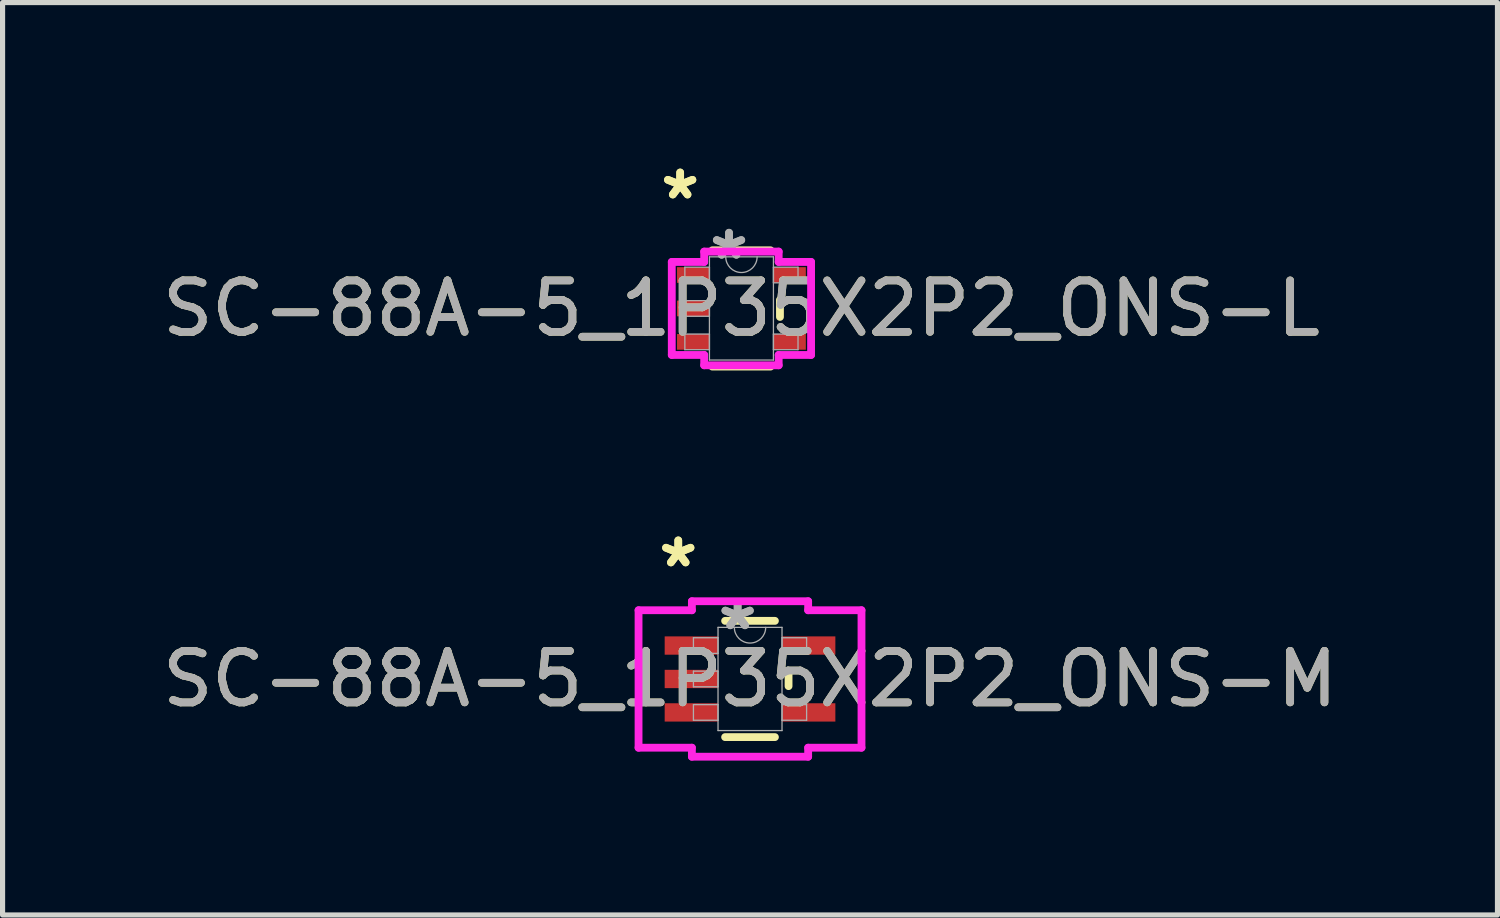
<source format=kicad_pcb>
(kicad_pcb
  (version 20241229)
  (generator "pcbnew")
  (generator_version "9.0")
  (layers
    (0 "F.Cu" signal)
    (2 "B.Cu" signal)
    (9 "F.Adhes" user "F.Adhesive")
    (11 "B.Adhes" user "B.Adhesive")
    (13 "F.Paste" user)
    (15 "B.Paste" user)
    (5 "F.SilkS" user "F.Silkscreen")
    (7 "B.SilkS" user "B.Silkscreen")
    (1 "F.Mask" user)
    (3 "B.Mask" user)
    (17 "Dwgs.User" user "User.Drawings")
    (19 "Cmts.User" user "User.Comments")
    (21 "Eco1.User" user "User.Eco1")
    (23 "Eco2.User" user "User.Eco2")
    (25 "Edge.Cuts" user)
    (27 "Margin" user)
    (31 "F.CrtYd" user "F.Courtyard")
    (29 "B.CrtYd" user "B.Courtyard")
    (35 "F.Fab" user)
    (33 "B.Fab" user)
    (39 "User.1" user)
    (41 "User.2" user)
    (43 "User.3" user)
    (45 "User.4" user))
  (footprint "SC-88A-5_1P35X2P2_ONS-L"
    (layer "F.Cu")
    (at 11.363 2.946)
    (property "Reference" "SC-88A-5_1P35X2P2_ONS-L" (at 0 0 0) (unlocked yes) (layer "F.SilkS") (effects (font (size 1 1) (thickness 0.15))))
    (attr smd)
    (fp_line (start -0.566 1.13) (end 0.566 1.13) (stroke (width 0.152) (type solid)) (layer "F.SilkS"))
    (fp_line (start 0.566 -1.13) (end -0.566 -1.13) (stroke (width 0.152) (type solid)) (layer "F.SilkS"))
    (fp_line (start 0.749 0.165) (end 0.749 -0.165) (stroke (width 0.152) (type solid)) (layer "F.SilkS"))
    (fp_line (start -1.354 -0.904) (end -0.724 -0.904) (stroke (width 0.152) (type solid)) (layer "F.CrtYd"))
    (fp_line (start -1.354 0.904) (end -1.354 -0.904) (stroke (width 0.152) (type solid)) (layer "F.CrtYd"))
    (fp_line (start -1.354 0.904) (end -0.724 0.904) (stroke (width 0.152) (type solid)) (layer "F.CrtYd"))
    (fp_line (start -0.724 -1.105) (end 0.724 -1.105) (stroke (width 0.152) (type solid)) (layer "F.CrtYd"))
    (fp_line (start -0.724 -0.904) (end -0.724 -1.105) (stroke (width 0.152) (type solid)) (layer "F.CrtYd"))
    (fp_line (start -0.724 1.105) (end -0.724 0.904) (stroke (width 0.152) (type solid)) (layer "F.CrtYd"))
    (fp_line (start 0.724 -1.105) (end 0.724 -0.904) (stroke (width 0.152) (type solid)) (layer "F.CrtYd"))
    (fp_line (start 0.724 0.904) (end 0.724 1.105) (stroke (width 0.152) (type solid)) (layer "F.CrtYd"))
    (fp_line (start 0.724 1.105) (end -0.724 1.105) (stroke (width 0.152) (type solid)) (layer "F.CrtYd"))
    (fp_line (start 1.354 -0.904) (end 0.724 -0.904) (stroke (width 0.152) (type solid)) (layer "F.CrtYd"))
    (fp_line (start 1.354 -0.904) (end 1.354 0.904) (stroke (width 0.152) (type solid)) (layer "F.CrtYd"))
    (fp_line (start 1.354 0.904) (end 0.724 0.904) (stroke (width 0.152) (type solid)) (layer "F.CrtYd"))
    (fp_line (start -1.1 -0.802) (end -1.1 -0.498) (stroke (width 0.025) (type solid)) (layer "F.Fab"))
    (fp_line (start -1.1 -0.498) (end -0.622 -0.498) (stroke (width 0.025) (type solid)) (layer "F.Fab"))
    (fp_line (start -1.1 -0.152) (end -1.1 0.152) (stroke (width 0.025) (type solid)) (layer "F.Fab"))
    (fp_line (start -1.1 0.152) (end -0.622 0.152) (stroke (width 0.025) (type solid)) (layer "F.Fab"))
    (fp_line (start -1.1 0.498) (end -1.1 0.802) (stroke (width 0.025) (type solid)) (layer "F.Fab"))
    (fp_line (start -1.1 0.802) (end -0.622 0.802) (stroke (width 0.025) (type solid)) (layer "F.Fab"))
    (fp_line (start -0.622 -1.003) (end -0.622 1.003) (stroke (width 0.025) (type solid)) (layer "F.Fab"))
    (fp_line (start -0.622 -0.802) (end -1.1 -0.802) (stroke (width 0.025) (type solid)) (layer "F.Fab"))
    (fp_line (start -0.622 -0.498) (end -0.622 -0.802) (stroke (width 0.025) (type solid)) (layer "F.Fab"))
    (fp_line (start -0.622 -0.152) (end -1.1 -0.152) (stroke (width 0.025) (type solid)) (layer "F.Fab"))
    (fp_line (start -0.622 0.152) (end -0.622 -0.152) (stroke (width 0.025) (type solid)) (layer "F.Fab"))
    (fp_line (start -0.622 0.498) (end -1.1 0.498) (stroke (width 0.025) (type solid)) (layer "F.Fab"))
    (fp_line (start -0.622 0.802) (end -0.622 0.498) (stroke (width 0.025) (type solid)) (layer "F.Fab"))
    (fp_line (start -0.622 1.003) (end 0.622 1.003) (stroke (width 0.025) (type solid)) (layer "F.Fab"))
    (fp_line (start 0.622 -1.003) (end -0.622 -1.003) (stroke (width 0.025) (type solid)) (layer "F.Fab"))
    (fp_line (start 0.622 -0.802) (end 0.622 -0.498) (stroke (width 0.025) (type solid)) (layer "F.Fab"))
    (fp_line (start 0.622 -0.498) (end 1.1 -0.498) (stroke (width 0.025) (type solid)) (layer "F.Fab"))
    (fp_line (start 0.622 0.498) (end 0.622 0.802) (stroke (width 0.025) (type solid)) (layer "F.Fab"))
    (fp_line (start 0.622 0.802) (end 1.1 0.802) (stroke (width 0.025) (type solid)) (layer "F.Fab"))
    (fp_line (start 0.622 1.003) (end 0.622 -1.003) (stroke (width 0.025) (type solid)) (layer "F.Fab"))
    (fp_line (start 1.1 -0.802) (end 0.622 -0.802) (stroke (width 0.025) (type solid)) (layer "F.Fab"))
    (fp_line (start 1.1 -0.498) (end 1.1 -0.802) (stroke (width 0.025) (type solid)) (layer "F.Fab"))
    (fp_line (start 1.1 0.498) (end 0.622 0.498) (stroke (width 0.025) (type solid)) (layer "F.Fab"))
    (fp_line (start 1.1 0.802) (end 1.1 0.498) (stroke (width 0.025) (type solid)) (layer "F.Fab"))
    (fp_arc (start 0.3048 -1.0033) (mid 0 -0.6985) (end -0.3048 -1.0033) (stroke (width 0.0254) (type solid)) (layer "F.Fab"))
    (fp_text user "*" (at -1.191 -2.098 0) (unlocked yes) (layer "F.SilkS") (effects (font (size 1 1) (thickness 0.15))))
    (fp_text user "*" (at -1.191 -2.098 0) (layer "F.SilkS") (effects (font (size 1 1) (thickness 0.15))))
    (fp_text user "*" (at -0.241 -0.927 0) (unlocked yes) (layer "F.Fab") (effects (font (size 1 1) (thickness 0.15))))
    (fp_text user "${REFERENCE}" (at 0 0 0) (unlocked yes) (layer "F.Fab") (effects (font (size 1 1) (thickness 0.15))))
    (fp_text user "*" (at -0.241 -0.927 0) (layer "F.Fab") (effects (font (size 1 1) (thickness 0.15))))
    (pad "1" smd rect (at -0.937 -0.65) (size 0.63 0.305) (layers "F.Cu" "F.Mask" "F.Paste"))
    (pad "2" smd rect (at -0.937 0) (size 0.63 0.305) (layers "F.Cu" "F.Mask" "F.Paste"))
    (pad "3" smd rect (at -0.937 0.65) (size 0.63 0.305) (layers "F.Cu" "F.Mask" "F.Paste"))
    (pad "4" smd rect (at 0.937 0.65) (size 0.63 0.305) (layers "F.Cu" "F.Mask" "F.Paste"))
    (pad "5" smd rect (at 0.937 -0.65) (size 0.63 0.305) (layers "F.Cu" "F.Mask" "F.Paste")))
  (footprint "SC-88A-5_1P35X2P2_ONS-M"
    (layer "F.Cu")
    (at 11.53 10.149)
    (property "Reference" "SC-88A-5_1P35X2P2_ONS-M" (at 0 0 0) (unlocked yes) (layer "F.SilkS") (effects (font (size 1 1) (thickness 0.15))))
    (attr smd)
    (fp_line (start -0.484 1.13) (end 0.484 1.13) (stroke (width 0.152) (type solid)) (layer "F.SilkS"))
    (fp_line (start 0.484 -1.13) (end -0.484 -1.13) (stroke (width 0.152) (type solid)) (layer "F.SilkS"))
    (fp_line (start 0.749 0.139) (end 0.749 -0.139) (stroke (width 0.152) (type solid)) (layer "F.SilkS"))
    (fp_line (start -2.167 -1.336) (end -1.13 -1.336) (stroke (width 0.152) (type solid)) (layer "F.CrtYd"))
    (fp_line (start -2.167 1.336) (end -2.167 -1.336) (stroke (width 0.152) (type solid)) (layer "F.CrtYd"))
    (fp_line (start -2.167 1.336) (end -1.13 1.336) (stroke (width 0.152) (type solid)) (layer "F.CrtYd"))
    (fp_line (start -1.13 -1.511) (end 1.13 -1.511) (stroke (width 0.152) (type solid)) (layer "F.CrtYd"))
    (fp_line (start -1.13 -1.336) (end -1.13 -1.511) (stroke (width 0.152) (type solid)) (layer "F.CrtYd"))
    (fp_line (start -1.13 1.511) (end -1.13 1.336) (stroke (width 0.152) (type solid)) (layer "F.CrtYd"))
    (fp_line (start 1.13 -1.511) (end 1.13 -1.336) (stroke (width 0.152) (type solid)) (layer "F.CrtYd"))
    (fp_line (start 1.13 1.336) (end 1.13 1.511) (stroke (width 0.152) (type solid)) (layer "F.CrtYd"))
    (fp_line (start 1.13 1.511) (end -1.13 1.511) (stroke (width 0.152) (type solid)) (layer "F.CrtYd"))
    (fp_line (start 2.167 -1.336) (end 1.13 -1.336) (stroke (width 0.152) (type solid)) (layer "F.CrtYd"))
    (fp_line (start 2.167 -1.336) (end 2.167 1.336) (stroke (width 0.152) (type solid)) (layer "F.CrtYd"))
    (fp_line (start 2.167 1.336) (end 1.13 1.336) (stroke (width 0.152) (type solid)) (layer "F.CrtYd"))
    (fp_line (start -1.1 -0.802) (end -1.1 -0.498) (stroke (width 0.025) (type solid)) (layer "F.Fab"))
    (fp_line (start -1.1 -0.498) (end -0.622 -0.498) (stroke (width 0.025) (type solid)) (layer "F.Fab"))
    (fp_line (start -1.1 -0.152) (end -1.1 0.152) (stroke (width 0.025) (type solid)) (layer "F.Fab"))
    (fp_line (start -1.1 0.152) (end -0.622 0.152) (stroke (width 0.025) (type solid)) (layer "F.Fab"))
    (fp_line (start -1.1 0.498) (end -1.1 0.802) (stroke (width 0.025) (type solid)) (layer "F.Fab"))
    (fp_line (start -1.1 0.802) (end -0.622 0.802) (stroke (width 0.025) (type solid)) (layer "F.Fab"))
    (fp_line (start -0.622 -1.003) (end -0.622 1.003) (stroke (width 0.025) (type solid)) (layer "F.Fab"))
    (fp_line (start -0.622 -0.802) (end -1.1 -0.802) (stroke (width 0.025) (type solid)) (layer "F.Fab"))
    (fp_line (start -0.622 -0.498) (end -0.622 -0.802) (stroke (width 0.025) (type solid)) (layer "F.Fab"))
    (fp_line (start -0.622 -0.152) (end -1.1 -0.152) (stroke (width 0.025) (type solid)) (layer "F.Fab"))
    (fp_line (start -0.622 0.152) (end -0.622 -0.152) (stroke (width 0.025) (type solid)) (layer "F.Fab"))
    (fp_line (start -0.622 0.498) (end -1.1 0.498) (stroke (width 0.025) (type solid)) (layer "F.Fab"))
    (fp_line (start -0.622 0.802) (end -0.622 0.498) (stroke (width 0.025) (type solid)) (layer "F.Fab"))
    (fp_line (start -0.622 1.003) (end 0.622 1.003) (stroke (width 0.025) (type solid)) (layer "F.Fab"))
    (fp_line (start 0.622 -1.003) (end -0.622 -1.003) (stroke (width 0.025) (type solid)) (layer "F.Fab"))
    (fp_line (start 0.622 -0.802) (end 0.622 -0.498) (stroke (width 0.025) (type solid)) (layer "F.Fab"))
    (fp_line (start 0.622 -0.498) (end 1.1 -0.498) (stroke (width 0.025) (type solid)) (layer "F.Fab"))
    (fp_line (start 0.622 0.498) (end 0.622 0.802) (stroke (width 0.025) (type solid)) (layer "F.Fab"))
    (fp_line (start 0.622 0.802) (end 1.1 0.802) (stroke (width 0.025) (type solid)) (layer "F.Fab"))
    (fp_line (start 0.622 1.003) (end 0.622 -1.003) (stroke (width 0.025) (type solid)) (layer "F.Fab"))
    (fp_line (start 1.1 -0.802) (end 0.622 -0.802) (stroke (width 0.025) (type solid)) (layer "F.Fab"))
    (fp_line (start 1.1 -0.498) (end 1.1 -0.802) (stroke (width 0.025) (type solid)) (layer "F.Fab"))
    (fp_line (start 1.1 0.498) (end 0.622 0.498) (stroke (width 0.025) (type solid)) (layer "F.Fab"))
    (fp_line (start 1.1 0.802) (end 1.1 0.498) (stroke (width 0.025) (type solid)) (layer "F.Fab"))
    (fp_arc (start 0.3048 -1.0033) (mid 0 -0.6985) (end -0.3048 -1.0033) (stroke (width 0.0254) (type solid)) (layer "F.Fab"))
    (fp_text user "*" (at -1.395 -2.149 0) (layer "F.SilkS") (effects (font (size 1 1) (thickness 0.15))))
    (fp_text user "*" (at -1.395 -2.149 0) (unlocked yes) (layer "F.SilkS") (effects (font (size 1 1) (thickness 0.15))))
    (fp_text user "${REFERENCE}" (at 0 0 0) (unlocked yes) (layer "F.Fab") (effects (font (size 1 1) (thickness 0.15))))
    (fp_text user "*" (at -0.241 -0.927 0) (unlocked yes) (layer "F.Fab") (effects (font (size 1 1) (thickness 0.15))))
    (fp_text user "*" (at -0.241 -0.927 0) (layer "F.Fab") (effects (font (size 1 1) (thickness 0.15))))
    (pad "1" smd rect (at -1.141 -0.65) (size 1.036 0.356) (layers "F.Cu" "F.Mask" "F.Paste"))
    (pad "2" smd rect (at -1.141 0) (size 1.036 0.356) (layers "F.Cu" "F.Mask" "F.Paste"))
    (pad "3" smd rect (at -1.141 0.65) (size 1.036 0.356) (layers "F.Cu" "F.Mask" "F.Paste"))
    (pad "4" smd rect (at 1.141 0.65) (size 1.036 0.356) (layers "F.Cu" "F.Mask" "F.Paste"))
    (pad "5" smd rect (at 1.141 -0.65) (size 1.036 0.356) (layers "F.Cu" "F.Mask" "F.Paste")))
  (gr_rect
    (start -3 -3)
    (end 26.06 14.737)
    (stroke (width 0.1) (type default))
    (fill no)
    (layer "Edge.Cuts")))
</source>
